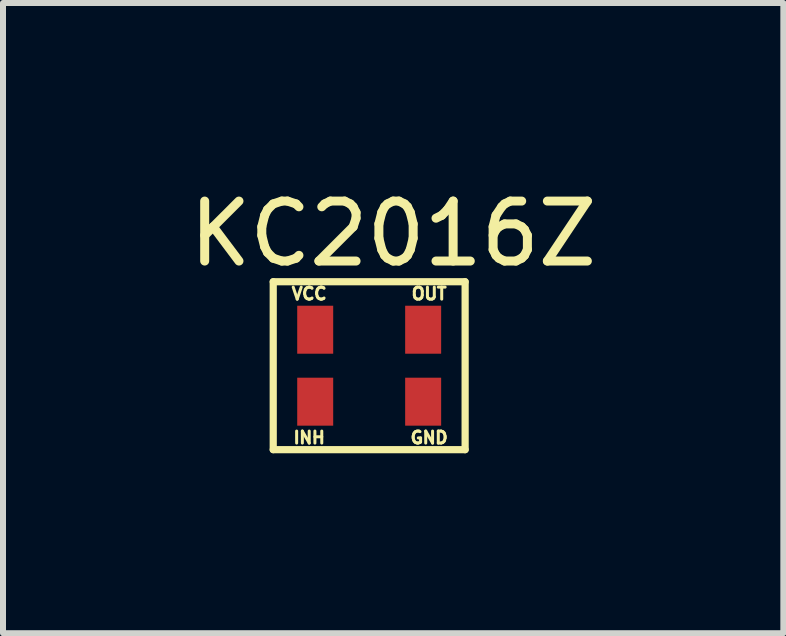
<source format=kicad_pcb>
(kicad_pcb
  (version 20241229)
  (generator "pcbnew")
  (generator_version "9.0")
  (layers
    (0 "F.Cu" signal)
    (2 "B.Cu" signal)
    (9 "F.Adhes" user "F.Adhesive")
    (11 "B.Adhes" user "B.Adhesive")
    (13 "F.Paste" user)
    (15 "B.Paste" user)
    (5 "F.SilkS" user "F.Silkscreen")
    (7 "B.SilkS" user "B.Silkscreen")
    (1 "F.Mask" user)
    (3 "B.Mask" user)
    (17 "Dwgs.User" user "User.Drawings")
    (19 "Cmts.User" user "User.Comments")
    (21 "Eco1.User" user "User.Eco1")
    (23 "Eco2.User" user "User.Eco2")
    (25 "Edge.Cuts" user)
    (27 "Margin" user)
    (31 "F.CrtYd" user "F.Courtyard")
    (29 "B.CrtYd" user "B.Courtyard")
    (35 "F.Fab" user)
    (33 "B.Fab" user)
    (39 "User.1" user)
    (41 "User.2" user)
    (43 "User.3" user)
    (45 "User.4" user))
  (footprint "KC2016Z"
    (layer "F.Cu")
    (at 1.906 2.048)
    (property "Reference" "KC2016Z" (at 1.6 -1.2 0) (layer "F.SilkS") (effects (font (size 1 1) (thickness 0.15))))
    (attr smd)
    (fp_line (start -0.4 -0.4) (end -0.4 2.4) (stroke (width 0.12) (type solid)) (layer "F.SilkS"))
    (fp_line (start -0.4 2.4) (end 2.8 2.4) (stroke (width 0.12) (type solid)) (layer "F.SilkS"))
    (fp_line (start 2.8 -0.4) (end -0.4 -0.4) (stroke (width 0.12) (type solid)) (layer "F.SilkS"))
    (fp_line (start 2.8 2.4) (end 2.8 -0.4) (stroke (width 0.12) (type solid)) (layer "F.SilkS"))
    (fp_text user "INH" (at 0.2 2.2 0) (layer "F.SilkS") (effects (font (size 0.2 0.2) (thickness 0.05))))
    (fp_text user "OUT" (at 2.2 -0.2 0) (layer "F.SilkS") (effects (font (size 0.2 0.2) (thickness 0.05))))
    (fp_text user "VCC" (at 0.2 -0.2 0) (layer "F.SilkS") (effects (font (size 0.2 0.2) (thickness 0.05))))
    (fp_text user "GND" (at 2.2 2.2 0) (layer "F.SilkS") (effects (font (size 0.2 0.2) (thickness 0.05))))
    (pad "1" smd rect (at 0 1.2) (size 0.6 0.8) (drill (offset 0.3 0.4)) (layers "F.Cu" "F.Mask" "F.Paste"))
    (pad "2" smd rect (at 1.8 1.2) (size 0.6 0.8) (drill (offset 0.3 0.4)) (layers "F.Cu" "F.Mask" "F.Paste"))
    (pad "3" smd rect (at 1.8 0) (size 0.6 0.8) (drill (offset 0.3 0.4)) (layers "F.Cu" "F.Mask" "F.Paste"))
    (pad "4" smd rect (at 0 0) (size 0.6 0.8) (drill (offset 0.3 0.4)) (layers "F.Cu" "F.Mask" "F.Paste")))
  (gr_rect
    (start -3 -3)
    (end 10.012 7.508)
    (stroke (width 0.1) (type default))
    (fill no)
    (layer "Edge.Cuts")))
</source>
